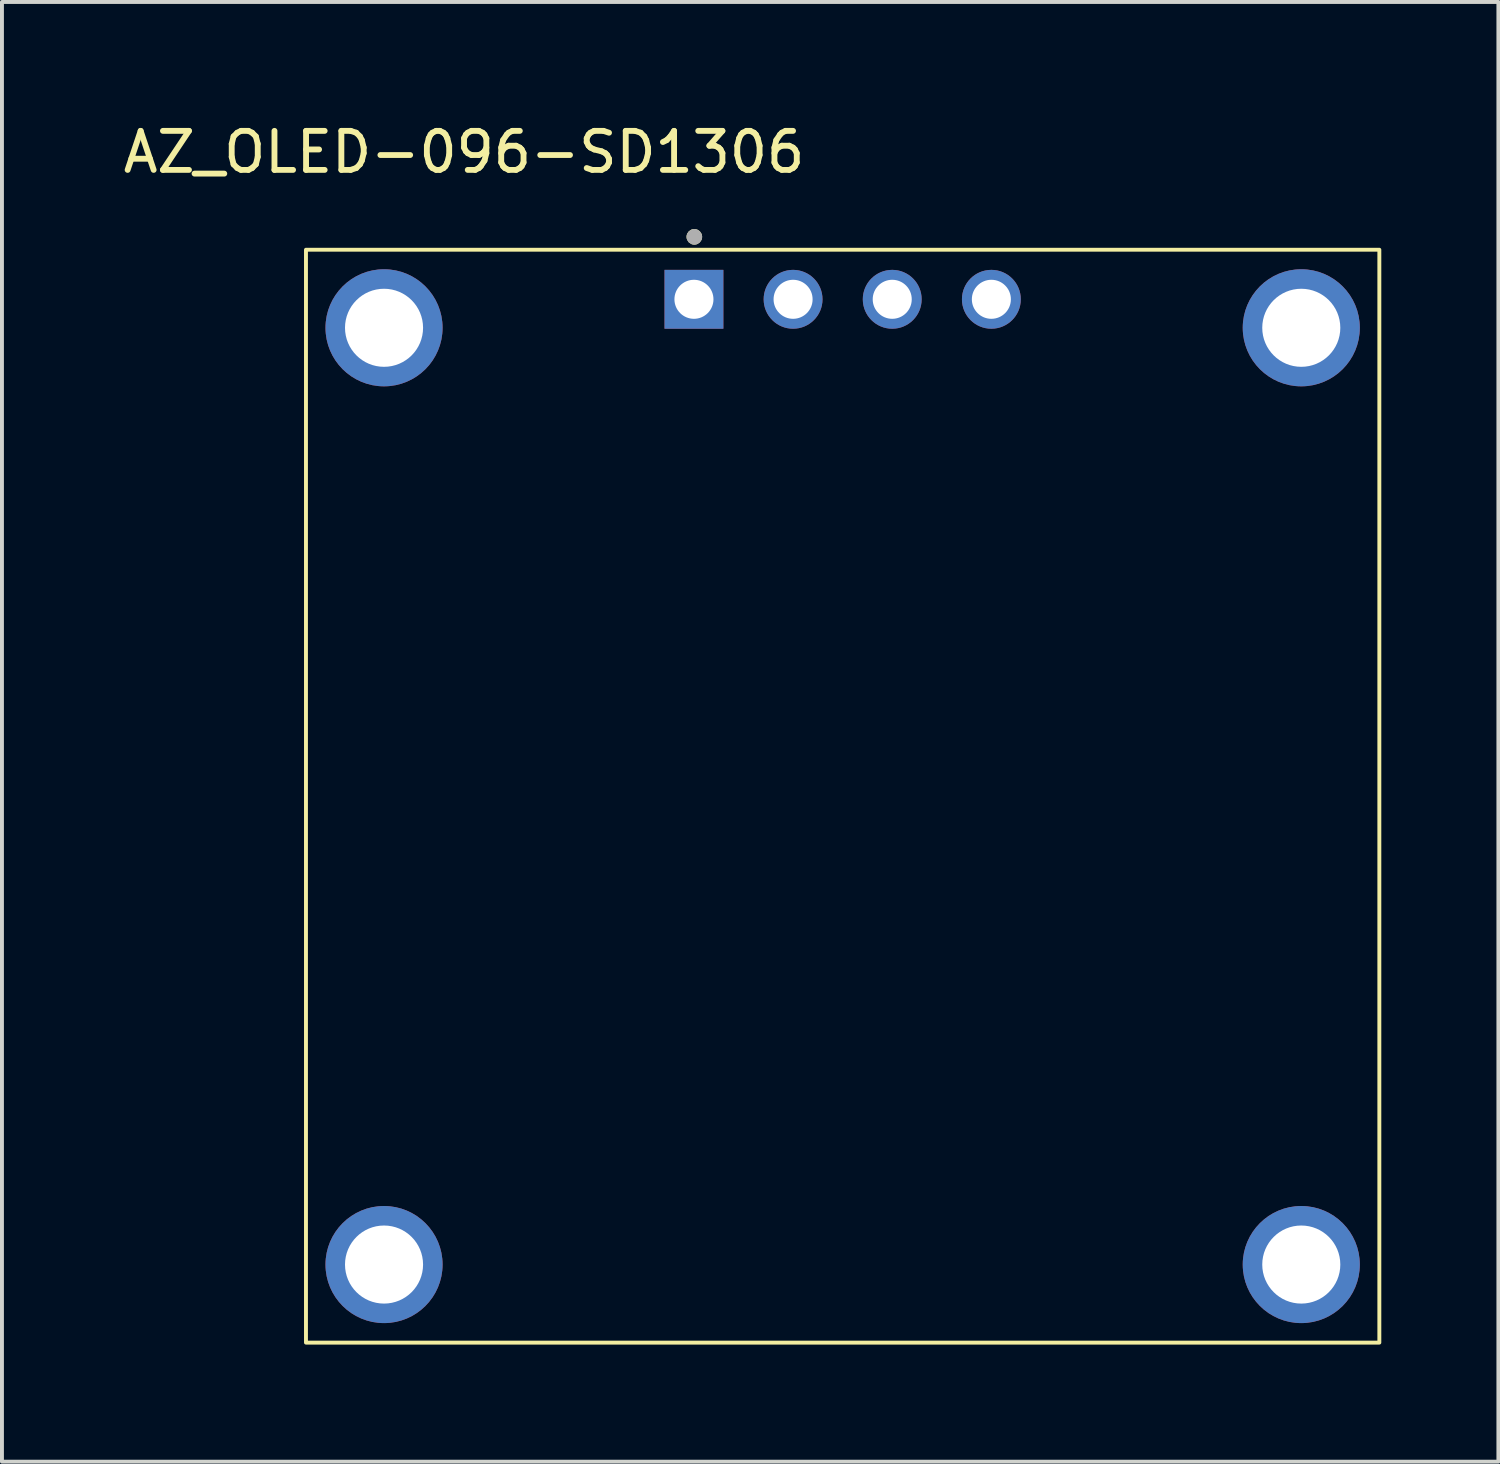
<source format=kicad_pcb>
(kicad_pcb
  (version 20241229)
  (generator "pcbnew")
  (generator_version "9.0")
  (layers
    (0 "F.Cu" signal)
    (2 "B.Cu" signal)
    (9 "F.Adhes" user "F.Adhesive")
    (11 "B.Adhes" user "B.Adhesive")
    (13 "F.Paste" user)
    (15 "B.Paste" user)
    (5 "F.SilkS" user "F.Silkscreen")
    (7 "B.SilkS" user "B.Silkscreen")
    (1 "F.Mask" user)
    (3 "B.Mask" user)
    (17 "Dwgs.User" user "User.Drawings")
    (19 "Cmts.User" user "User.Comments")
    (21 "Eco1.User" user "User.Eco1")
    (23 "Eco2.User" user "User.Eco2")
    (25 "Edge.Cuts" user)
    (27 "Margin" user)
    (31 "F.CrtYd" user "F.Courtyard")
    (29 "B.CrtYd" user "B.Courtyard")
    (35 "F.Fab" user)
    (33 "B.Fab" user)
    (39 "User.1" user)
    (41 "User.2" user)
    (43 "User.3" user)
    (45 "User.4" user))
  (footprint "AZ_OLED-096-SD1306"
    (layer "F.Cu")
    (at 18.539 17.348)
    (property "Reference" "AZ_OLED-096-SD1306" (at -9.7 -16.5 0) (layer "F.SilkS") (effects (font (size 1 1) (thickness 0.15))))
    (attr through_hole)
    (fp_rect (start -13.75 -14) (end 13.75 14) (stroke (width 0.1) (type default)) (fill no) (layer "F.SilkS"))
    (fp_circle (center -3.8 -14.33) (end -3.7 -14.33) (stroke (width 0.2) (type solid)) (fill no) (layer "F.SilkS"))
    (fp_circle (center -3.8 -14.33) (end -3.7 -14.33) (stroke (width 0.2) (type solid)) (fill no) (layer "F.Fab"))
    (pad "1" thru_hole rect (at -3.81 -12.73) (size 1.508 1.508) (drill 1) (layers "*.Cu" "*.Mask"))
    (pad "2" thru_hole circle (at -1.27 -12.73) (size 1.508 1.508) (drill 1) (layers "*.Cu" "*.Mask"))
    (pad "3" thru_hole circle (at 1.27 -12.73) (size 1.508 1.508) (drill 1) (layers "*.Cu" "*.Mask"))
    (pad "4" thru_hole circle (at 3.81 -12.73) (size 1.508 1.508) (drill 1) (layers "*.Cu" "*.Mask"))
    (pad "S1" thru_hole circle (at -11.75 -12) (size 3 3) (drill 2) (layers "*.Cu" "*.Mask"))
    (pad "S2" thru_hole circle (at 11.75 -12) (size 3 3) (drill 2) (layers "*.Cu" "*.Mask"))
    (pad "S3" thru_hole circle (at 11.75 12) (size 3 3) (drill 2) (layers "*.Cu" "*.Mask"))
    (pad "S4" thru_hole circle (at -11.75 12) (size 3 3) (drill 2) (layers "*.Cu" "*.Mask")))
  (gr_rect
    (start -3 -3)
    (end 35.339 34.398)
    (stroke (width 0.1) (type default))
    (fill no)
    (layer "Edge.Cuts")))
</source>
